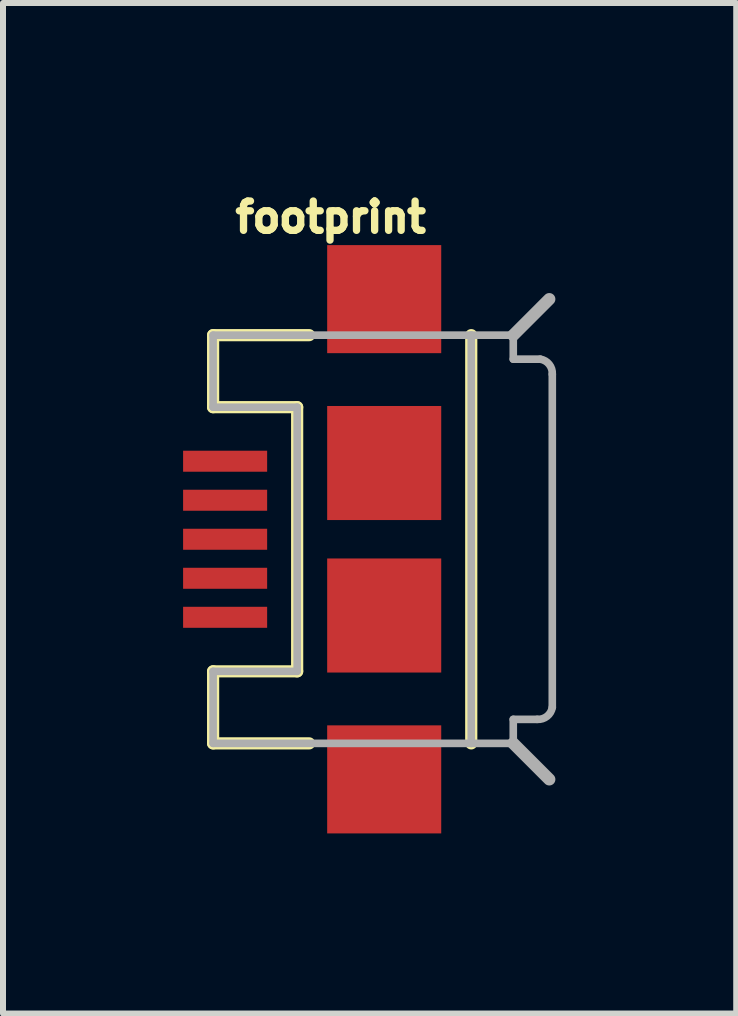
<source format=kicad_pcb>
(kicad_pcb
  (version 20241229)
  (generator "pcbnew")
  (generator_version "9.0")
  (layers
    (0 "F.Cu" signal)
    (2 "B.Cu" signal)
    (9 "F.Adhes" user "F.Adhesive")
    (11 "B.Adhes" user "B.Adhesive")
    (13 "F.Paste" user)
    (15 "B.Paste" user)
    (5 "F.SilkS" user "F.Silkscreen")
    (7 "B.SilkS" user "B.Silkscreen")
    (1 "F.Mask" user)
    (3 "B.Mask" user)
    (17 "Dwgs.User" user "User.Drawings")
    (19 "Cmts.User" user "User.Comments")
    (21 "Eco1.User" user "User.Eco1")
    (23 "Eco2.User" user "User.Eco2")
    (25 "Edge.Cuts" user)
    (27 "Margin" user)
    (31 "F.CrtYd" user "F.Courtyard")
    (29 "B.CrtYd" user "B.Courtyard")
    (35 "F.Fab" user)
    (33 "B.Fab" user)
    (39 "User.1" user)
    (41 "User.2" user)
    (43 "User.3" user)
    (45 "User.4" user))
  (footprint "footprint"
    (layer "F.Cu")
    (at 3.35 5.933)
    (property "Reference" "footprint" (at -2.54 -5.08 0) (layer "F.SilkS") (effects (font (size 0.488 0.488) (thickness 0.122)) (justify left bottom)))
    (fp_line (start -2.85 -3.4) (end -2.85 -2.2) (stroke (width 0.203) (type solid)) (layer "F.SilkS"))
    (fp_line (start -2.85 2.2) (end -1.45 2.2) (stroke (width 0.203) (type solid)) (layer "F.SilkS"))
    (fp_line (start -2.85 3.4) (end -2.85 2.2) (stroke (width 0.203) (type solid)) (layer "F.SilkS"))
    (fp_line (start -1.45 -2.2) (end -2.85 -2.2) (stroke (width 0.203) (type solid)) (layer "F.SilkS"))
    (fp_line (start -1.45 2.2) (end -1.45 -2.2) (stroke (width 0.203) (type solid)) (layer "F.SilkS"))
    (fp_line (start -1.25 -3.4) (end -2.85 -3.4) (stroke (width 0.203) (type solid)) (layer "F.SilkS"))
    (fp_line (start -1.25 3.4) (end -2.85 3.4) (stroke (width 0.203) (type solid)) (layer "F.SilkS"))
    (fp_line (start 1.45 3.4) (end 1.45 -3.4) (stroke (width 0.203) (type solid)) (layer "F.SilkS"))
    (fp_line (start -2.85 -3.4) (end -2.85 -2.2) (stroke (width 0.127) (type solid)) (layer "F.Fab"))
    (fp_line (start -2.85 -3.4) (end 1.45 -3.4) (stroke (width 0.127) (type solid)) (layer "F.Fab"))
    (fp_line (start -2.85 3.4) (end -2.85 2.2) (stroke (width 0.127) (type solid)) (layer "F.Fab"))
    (fp_line (start -1.45 -2.2) (end -2.85 -2.2) (stroke (width 0.127) (type solid)) (layer "F.Fab"))
    (fp_line (start -1.45 2.2) (end -2.85 2.2) (stroke (width 0.127) (type solid)) (layer "F.Fab"))
    (fp_line (start -1.45 2.2) (end -1.45 -2.2) (stroke (width 0.127) (type solid)) (layer "F.Fab"))
    (fp_line (start 1.45 -3.4) (end 2.15 -3.4) (stroke (width 0.127) (type solid)) (layer "F.Fab"))
    (fp_line (start 1.45 3.4) (end -2.85 3.4) (stroke (width 0.127) (type solid)) (layer "F.Fab"))
    (fp_line (start 1.45 3.4) (end 1.45 -3.4) (stroke (width 0.127) (type solid)) (layer "F.Fab"))
    (fp_line (start 2.15 -3.4) (end 2.75 -4) (stroke (width 0.203) (type solid)) (layer "F.Fab"))
    (fp_line (start 2.15 -3) (end 2.15 -3.4) (stroke (width 0.127) (type solid)) (layer "F.Fab"))
    (fp_line (start 2.15 3) (end 2.55 3) (stroke (width 0.127) (type solid)) (layer "F.Fab"))
    (fp_line (start 2.15 3.4) (end 1.45 3.4) (stroke (width 0.127) (type solid)) (layer "F.Fab"))
    (fp_line (start 2.15 3.4) (end 2.15 3) (stroke (width 0.127) (type solid)) (layer "F.Fab"))
    (fp_line (start 2.15 3.4) (end 2.75 4) (stroke (width 0.203) (type solid)) (layer "F.Fab"))
    (fp_line (start 2.6 -3) (end 2.15 -3) (stroke (width 0.127) (type solid)) (layer "F.Fab"))
    (fp_line (start 2.8 2.8) (end 2.8 -2.75) (stroke (width 0.127) (type solid)) (layer "F.Fab"))
    (fp_arc (start 2.599998 -3) (mid 2.748325 -2.913661) (end 2.8 -2.75) (stroke (width 0.127) (type solid)) (layer "F.Fab"))
    (fp_arc (start 2.8 2.799998) (mid 2.713661 2.948325) (end 2.55 3) (stroke (width 0.127) (type solid)) (layer "F.Fab"))
    (pad "D+" smd rect (at -2.65 0 180) (size 1.4 0.35) (layers "F.Cu" "F.Mask" "F.Paste"))
    (pad "D-" smd rect (at -2.65 0.65 180) (size 1.4 0.35) (layers "F.Cu" "F.Mask" "F.Paste"))
    (pad "GND" smd rect (at -2.65 -1.3 180) (size 1.4 0.35) (layers "F.Cu" "F.Mask" "F.Paste"))
    (pad "ID" smd rect (at -2.65 -0.65 180) (size 1.4 0.35) (layers "F.Cu" "F.Mask" "F.Paste"))
    (pad "MT1" smd rect (at 0 4 90) (size 1.8 1.9) (layers "F.Cu" "F.Mask" "F.Paste"))
    (pad "MT2" smd rect (at 0 -4 90) (size 1.8 1.9) (layers "F.Cu" "F.Mask" "F.Paste"))
    (pad "P$1" smd rect (at 0 1.27 90) (size 1.9 1.9) (layers "F.Cu" "F.Mask" "F.Paste"))
    (pad "P$2" smd rect (at 0 -1.27 90) (size 1.9 1.9) (layers "F.Cu" "F.Mask" "F.Paste"))
    (pad "VBUS" smd rect (at -2.65 1.3 180) (size 1.4 0.35) (layers "F.Cu" "F.Mask" "F.Paste")))
  (gr_rect
    (start -3 -3)
    (end 9.214 13.833)
    (stroke (width 0.1) (type default))
    (fill no)
    (layer "Edge.Cuts")))
</source>
